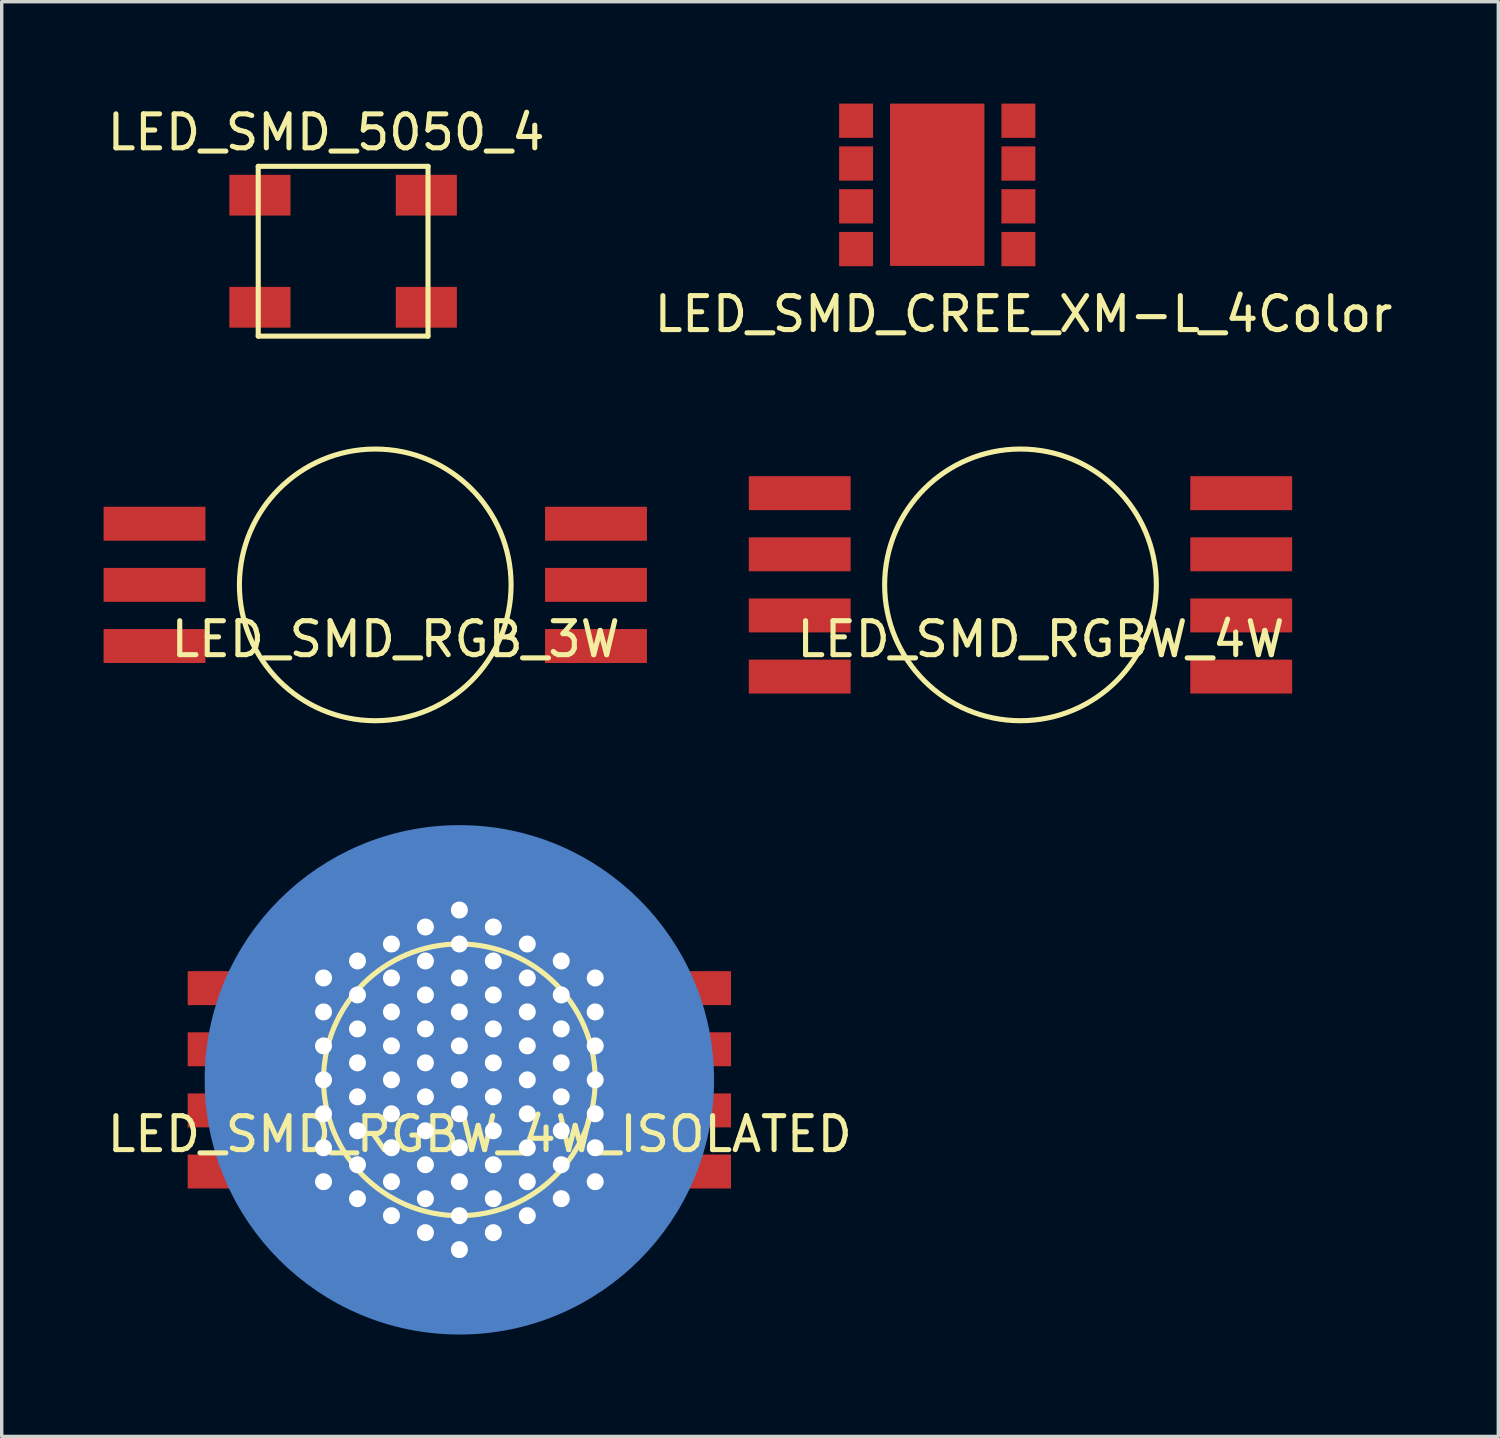
<source format=kicad_pcb>
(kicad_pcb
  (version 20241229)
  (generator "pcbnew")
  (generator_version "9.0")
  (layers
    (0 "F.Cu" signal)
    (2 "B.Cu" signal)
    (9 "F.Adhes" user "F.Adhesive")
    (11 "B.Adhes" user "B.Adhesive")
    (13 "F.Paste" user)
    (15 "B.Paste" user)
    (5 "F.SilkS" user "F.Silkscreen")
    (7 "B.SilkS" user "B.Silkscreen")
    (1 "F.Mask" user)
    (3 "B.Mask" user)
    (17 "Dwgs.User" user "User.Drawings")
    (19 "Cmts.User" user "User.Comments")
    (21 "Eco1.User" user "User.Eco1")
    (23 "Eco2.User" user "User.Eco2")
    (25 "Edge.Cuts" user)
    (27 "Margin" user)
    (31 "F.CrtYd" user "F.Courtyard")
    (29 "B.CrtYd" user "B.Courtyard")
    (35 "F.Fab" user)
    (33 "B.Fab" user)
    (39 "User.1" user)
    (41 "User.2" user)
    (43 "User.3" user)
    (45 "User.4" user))
  (footprint "LED_SMD_RGBW_4W_ISOLATED"
    (layer "F.Cu")
    (at 10.477 28.748)
    (property "Reference" "LED_SMD_RGBW_4W_ISOLATED" (at 0.6 1.6 0) (layer "F.SilkS") (effects (font (size 1 1) (thickness 0.15))))
    (attr through_hole)
    (fp_circle (center 0 0) (end 4 0) (stroke (width 0.15) (type solid)) (fill no) (layer "F.SilkS"))
    (pad "" thru_hole circle (at -4 -3) (size 0.5 0.5) (drill 0.5) (layers "*.Cu"))
    (pad "" thru_hole circle (at -4 -2) (size 0.5 0.5) (drill 0.5) (layers "*.Cu"))
    (pad "" thru_hole circle (at -4 -1) (size 0.5 0.5) (drill 0.5) (layers "*.Cu"))
    (pad "" thru_hole circle (at -4 0) (size 0.5 0.5) (drill 0.5) (layers "*.Cu"))
    (pad "" thru_hole circle (at -4 1) (size 0.5 0.5) (drill 0.5) (layers "*.Cu"))
    (pad "" thru_hole circle (at -4 2) (size 0.5 0.5) (drill 0.5) (layers "*.Cu"))
    (pad "" thru_hole circle (at -4 3) (size 0.5 0.5) (drill 0.5) (layers "*.Cu"))
    (pad "" thru_hole circle (at -3 -3.5) (size 0.5 0.5) (drill 0.5) (layers "*.Cu"))
    (pad "" thru_hole circle (at -3 -2.5) (size 0.5 0.5) (drill 0.5) (layers "*.Cu"))
    (pad "" thru_hole circle (at -3 -1.5) (size 0.5 0.5) (drill 0.5) (layers "*.Cu"))
    (pad "" thru_hole circle (at -3 -0.5) (size 0.5 0.5) (drill 0.5) (layers "*.Cu"))
    (pad "" thru_hole circle (at -3 0.5) (size 0.5 0.5) (drill 0.5) (layers "*.Cu"))
    (pad "" thru_hole circle (at -3 1.5) (size 0.5 0.5) (drill 0.5) (layers "*.Cu"))
    (pad "" thru_hole circle (at -3 2.5) (size 0.5 0.5) (drill 0.5) (layers "*.Cu"))
    (pad "" thru_hole circle (at -3 3.5) (size 0.5 0.5) (drill 0.5) (layers "*.Cu"))
    (pad "" thru_hole circle (at -2 -4) (size 0.5 0.5) (drill 0.5) (layers "*.Cu"))
    (pad "" thru_hole circle (at -2 -3) (size 0.5 0.5) (drill 0.5) (layers "*.Cu"))
    (pad "" thru_hole circle (at -2 -2) (size 0.5 0.5) (drill 0.5) (layers "*.Cu"))
    (pad "" thru_hole circle (at -2 -1) (size 0.5 0.5) (drill 0.5) (layers "*.Cu"))
    (pad "" thru_hole circle (at -2 0) (size 0.5 0.5) (drill 0.5) (layers "*.Cu"))
    (pad "" thru_hole circle (at -2 1) (size 0.5 0.5) (drill 0.5) (layers "*.Cu"))
    (pad "" thru_hole circle (at -2 2) (size 0.5 0.5) (drill 0.5) (layers "*.Cu"))
    (pad "" thru_hole circle (at -2 3) (size 0.5 0.5) (drill 0.5) (layers "*.Cu"))
    (pad "" thru_hole circle (at -2 4) (size 0.5 0.5) (drill 0.5) (layers "*.Cu"))
    (pad "" thru_hole circle (at -1 -4.5) (size 0.5 0.5) (drill 0.5) (layers "*.Cu"))
    (pad "" thru_hole circle (at -1 -3.5) (size 0.5 0.5) (drill 0.5) (layers "*.Cu"))
    (pad "" thru_hole circle (at -1 -2.5) (size 0.5 0.5) (drill 0.5) (layers "*.Cu"))
    (pad "" thru_hole circle (at -1 -1.5) (size 0.5 0.5) (drill 0.5) (layers "*.Cu"))
    (pad "" thru_hole circle (at -1 -0.5) (size 0.5 0.5) (drill 0.5) (layers "*.Cu"))
    (pad "" thru_hole circle (at -1 0.5) (size 0.5 0.5) (drill 0.5) (layers "*.Cu"))
    (pad "" thru_hole circle (at -1 1.5) (size 0.5 0.5) (drill 0.5) (layers "*.Cu"))
    (pad "" thru_hole circle (at -1 2.5) (size 0.5 0.5) (drill 0.5) (layers "*.Cu"))
    (pad "" thru_hole circle (at -1 3.5) (size 0.5 0.5) (drill 0.5) (layers "*.Cu"))
    (pad "" thru_hole circle (at -1 4.5) (size 0.5 0.5) (drill 0.5) (layers "*.Cu"))
    (pad "" thru_hole circle (at 0 -5) (size 0.5 0.5) (drill 0.5) (layers "*.Cu"))
    (pad "" smd trapezoid (at 0 -4.625) (size 4.51 2.25) (rect_delta 0 4.49) (layers "F.Cu" "F.Mask"))
    (pad "" thru_hole circle (at 0 -4) (size 0.5 0.5) (drill 0.5) (layers "*.Cu"))
    (pad "" thru_hole circle (at 0 -3) (size 0.5 0.5) (drill 0.5) (layers "*.Cu"))
    (pad "" thru_hole circle (at 0 -2) (size 0.5 0.5) (drill 0.5) (layers "*.Cu"))
    (pad "" thru_hole circle (at 0 -1) (size 0.5 0.5) (drill 0.5) (layers "*.Cu"))
    (pad "" thru_hole circle (at 0 0) (size 0.5 0.5) (drill 0.5) (layers "*.Cu"))
    (pad "" smd trapezoid (at 0 0) (size 9 7) (layers "F.Cu" "F.Mask"))
    (pad "" smd circle (at 0 0) (size 15 15) (layers "B.Cu" "B.Mask"))
    (pad "" thru_hole circle (at 0 1) (size 0.5 0.5) (drill 0.5) (layers "*.Cu"))
    (pad "" thru_hole circle (at 0 2) (size 0.5 0.5) (drill 0.5) (layers "*.Cu"))
    (pad "" thru_hole circle (at 0 3) (size 0.5 0.5) (drill 0.5) (layers "*.Cu"))
    (pad "" thru_hole circle (at 0 4) (size 0.5 0.5) (drill 0.5) (layers "*.Cu"))
    (pad "" smd trapezoid (at 0 4.625 180) (size 4.51 2.25) (rect_delta 0 4.49) (layers "F.Cu" "F.Mask"))
    (pad "" thru_hole circle (at 0 5) (size 0.5 0.5) (drill 0.5) (layers "*.Cu"))
    (pad "" thru_hole circle (at 1 -4.5) (size 0.5 0.5) (drill 0.5) (layers "*.Cu"))
    (pad "" thru_hole circle (at 1 -3.5) (size 0.5 0.5) (drill 0.5) (layers "*.Cu"))
    (pad "" thru_hole circle (at 1 -2.5) (size 0.5 0.5) (drill 0.5) (layers "*.Cu"))
    (pad "" thru_hole circle (at 1 -1.5) (size 0.5 0.5) (drill 0.5) (layers "*.Cu"))
    (pad "" thru_hole circle (at 1 -0.5) (size 0.5 0.5) (drill 0.5) (layers "*.Cu"))
    (pad "" thru_hole circle (at 1 0.5) (size 0.5 0.5) (drill 0.5) (layers "*.Cu"))
    (pad "" thru_hole circle (at 1 1.5) (size 0.5 0.5) (drill 0.5) (layers "*.Cu"))
    (pad "" thru_hole circle (at 1 2.5) (size 0.5 0.5) (drill 0.5) (layers "*.Cu"))
    (pad "" thru_hole circle (at 1 3.5) (size 0.5 0.5) (drill 0.5) (layers "*.Cu"))
    (pad "" thru_hole circle (at 1 4.5) (size 0.5 0.5) (drill 0.5) (layers "*.Cu"))
    (pad "" thru_hole circle (at 2 -4) (size 0.5 0.5) (drill 0.5) (layers "*.Cu"))
    (pad "" thru_hole circle (at 2 -3) (size 0.5 0.5) (drill 0.5) (layers "*.Cu"))
    (pad "" thru_hole circle (at 2 -2) (size 0.5 0.5) (drill 0.5) (layers "*.Cu"))
    (pad "" thru_hole circle (at 2 -1) (size 0.5 0.5) (drill 0.5) (layers "*.Cu"))
    (pad "" thru_hole circle (at 2 0) (size 0.5 0.5) (drill 0.5) (layers "*.Cu"))
    (pad "" thru_hole circle (at 2 1) (size 0.5 0.5) (drill 0.5) (layers "*.Cu"))
    (pad "" thru_hole circle (at 2 2) (size 0.5 0.5) (drill 0.5) (layers "*.Cu"))
    (pad "" thru_hole circle (at 2 3) (size 0.5 0.5) (drill 0.5) (layers "*.Cu"))
    (pad "" thru_hole circle (at 2 4) (size 0.5 0.5) (drill 0.5) (layers "*.Cu"))
    (pad "" thru_hole circle (at 3 -3.5) (size 0.5 0.5) (drill 0.5) (layers "*.Cu"))
    (pad "" thru_hole circle (at 3 -2.5) (size 0.5 0.5) (drill 0.5) (layers "*.Cu"))
    (pad "" thru_hole circle (at 3 -1.5) (size 0.5 0.5) (drill 0.5) (layers "*.Cu"))
    (pad "" thru_hole circle (at 3 -0.5) (size 0.5 0.5) (drill 0.5) (layers "*.Cu"))
    (pad "" thru_hole circle (at 3 0.5) (size 0.5 0.5) (drill 0.5) (layers "*.Cu"))
    (pad "" thru_hole circle (at 3 1.5) (size 0.5 0.5) (drill 0.5) (layers "*.Cu"))
    (pad "" thru_hole circle (at 3 2.5) (size 0.5 0.5) (drill 0.5) (layers "*.Cu"))
    (pad "" thru_hole circle (at 3 3.5) (size 0.5 0.5) (drill 0.5) (layers "*.Cu"))
    (pad "" thru_hole circle (at 4 -3) (size 0.5 0.5) (drill 0.5) (layers "*.Cu"))
    (pad "" thru_hole circle (at 4 -2) (size 0.5 0.5) (drill 0.5) (layers "*.Cu"))
    (pad "" thru_hole circle (at 4 -1) (size 0.5 0.5) (drill 0.5) (layers "*.Cu"))
    (pad "" thru_hole circle (at 4 0) (size 0.5 0.5) (drill 0.5) (layers "*.Cu"))
    (pad "" thru_hole circle (at 4 1) (size 0.5 0.5) (drill 0.5) (layers "*.Cu"))
    (pad "" thru_hole circle (at 4 2) (size 0.5 0.5) (drill 0.5) (layers "*.Cu"))
    (pad "" thru_hole circle (at 4 3) (size 0.5 0.5) (drill 0.5) (layers "*.Cu"))
    (pad "1" smd rect (at 6.5 -2.7) (size 3 1) (layers "F.Cu" "F.Mask" "F.Paste"))
    (pad "2" smd rect (at 6.5 -0.9) (size 3 1) (layers "F.Cu" "F.Mask" "F.Paste"))
    (pad "3" smd rect (at 6.5 0.9) (size 3 1) (layers "F.Cu" "F.Mask" "F.Paste"))
    (pad "4" smd rect (at 6.5 2.7) (size 3 1) (layers "F.Cu" "F.Mask" "F.Paste"))
    (pad "5" smd rect (at -6.5 2.7) (size 3 1) (layers "F.Cu" "F.Mask" "F.Paste"))
    (pad "6" smd rect (at -6.5 0.9) (size 3 1) (layers "F.Cu" "F.Mask" "F.Paste"))
    (pad "7" smd rect (at -6.5 -0.9) (size 3 1) (layers "F.Cu" "F.Mask" "F.Paste"))
    (pad "8" smd rect (at -6.5 -2.7) (size 3 1) (layers "F.Cu" "F.Mask" "F.Paste")))
  (footprint "LED_SMD_RGB_3W"
    (layer "F.Cu")
    (at 8 14.173)
    (property "Reference" "LED_SMD_RGB_3W" (at 0.6 1.6 0) (layer "F.SilkS") (effects (font (size 1 1) (thickness 0.15))))
    (attr through_hole)
    (fp_circle (center 0 0) (end 4 0) (stroke (width 0.15) (type solid)) (fill no) (layer "F.SilkS"))
    (pad "" smd circle (at 0 0) (size 7.5 7.5) (layers "F.Mask"))
    (pad "1" smd rect (at 6.5 -1.8) (size 3 1) (layers "F.Cu" "F.Mask" "F.Paste"))
    (pad "2" smd rect (at 6.5 0) (size 3 1) (layers "F.Cu" "F.Mask" "F.Paste"))
    (pad "3" smd rect (at 6.5 1.8) (size 3 1) (layers "F.Cu" "F.Mask" "F.Paste"))
    (pad "4" smd rect (at -6.5 1.8) (size 3 1) (layers "F.Cu" "F.Mask" "F.Paste"))
    (pad "5" smd rect (at -6.5 0) (size 3 1) (layers "F.Cu" "F.Mask" "F.Paste"))
    (pad "6" smd rect (at -6.5 -1.8) (size 3 1) (layers "F.Cu" "F.Mask" "F.Paste")))
  (footprint "LED_SMD_RGBW_4W"
    (layer "F.Cu")
    (at 27 14.173)
    (property "Reference" "LED_SMD_RGBW_4W" (at 0.6 1.6 0) (layer "F.SilkS") (effects (font (size 1 1) (thickness 0.15))))
    (attr through_hole)
    (fp_circle (center 0 0) (end 4 0) (stroke (width 0.15) (type solid)) (fill no) (layer "F.SilkS"))
    (pad "" smd circle (at 0 0) (size 7.5 7.5) (layers "F.Mask"))
    (pad "1" smd rect (at 6.5 -2.7) (size 3 1) (layers "F.Cu" "F.Mask" "F.Paste"))
    (pad "2" smd rect (at 6.5 -0.9) (size 3 1) (layers "F.Cu" "F.Mask" "F.Paste"))
    (pad "3" smd rect (at 6.5 0.9) (size 3 1) (layers "F.Cu" "F.Mask" "F.Paste"))
    (pad "4" smd rect (at 6.5 2.7) (size 3 1) (layers "F.Cu" "F.Mask" "F.Paste"))
    (pad "5" smd rect (at -6.5 2.7) (size 3 1) (layers "F.Cu" "F.Mask" "F.Paste"))
    (pad "6" smd rect (at -6.5 0.9) (size 3 1) (layers "F.Cu" "F.Mask" "F.Paste"))
    (pad "7" smd rect (at -6.5 -0.9) (size 3 1) (layers "F.Cu" "F.Mask" "F.Paste"))
    (pad "8" smd rect (at -6.5 -2.7) (size 3 1) (layers "F.Cu" "F.Mask" "F.Paste")))
  (footprint "LED_SMD_CREE_XM-L_4Color"
    (layer "F.Cu")
    (at 24.549 2.39)
    (property "Reference" "LED_SMD_CREE_XM-L_4Color" (at 2.54 3.81 0) (layer "F.SilkS") (effects (font (size 1 1) (thickness 0.15))))
    (attr through_hole)
    (pad "1" smd rect (at 2.39 -1.885) (size 1 1.01) (layers "F.Cu" "F.Mask" "F.Paste"))
    (pad "2" smd rect (at 2.39 -0.625) (size 1 1.01) (layers "F.Cu" "F.Mask" "F.Paste"))
    (pad "3" smd rect (at 2.39 0.635) (size 1 1.01) (layers "F.Cu" "F.Mask" "F.Paste"))
    (pad "4" smd rect (at 2.39 1.895) (size 1 1.01) (layers "F.Cu" "F.Mask" "F.Paste"))
    (pad "5" smd rect (at -2.39 1.895) (size 1 1.01) (layers "F.Cu" "F.Mask" "F.Paste"))
    (pad "6" smd rect (at -2.39 0.635) (size 1 1.01) (layers "F.Cu" "F.Mask" "F.Paste"))
    (pad "7" smd rect (at -2.39 -0.625) (size 1 1.01) (layers "F.Cu" "F.Mask" "F.Paste"))
    (pad "8" smd rect (at -2.39 -1.885) (size 1 1.01) (layers "F.Cu" "F.Mask" "F.Paste"))
    (pad "G" smd rect (at 0 0) (size 2.78 4.78) (layers "F.Cu" "F.Mask" "F.Paste")))
  (footprint "LED_SMD_5050_4"
    (layer "F.Cu")
    (at 4.554 6.848)
    (property "Reference" "LED_SMD_5050_4" (at 2 -6 0) (layer "F.SilkS") (effects (font (size 1 1) (thickness 0.15))))
    (attr through_hole)
    (fp_line (start 0 -5) (end 5 -5) (stroke (width 0.15) (type solid)) (layer "F.SilkS"))
    (fp_line (start 0 0) (end 0 -5) (stroke (width 0.15) (type solid)) (layer "F.SilkS"))
    (fp_line (start 5 -5) (end 5 0) (stroke (width 0.15) (type solid)) (layer "F.SilkS"))
    (fp_line (start 5 0) (end 0 0) (stroke (width 0.15) (type solid)) (layer "F.SilkS"))
    (pad "1" smd rect (at 0.05 -4.15) (size 1.8 1.2) (layers "F.Cu" "F.Mask" "F.Paste"))
    (pad "2" smd rect (at 0.05 -0.85) (size 1.8 1.2) (layers "F.Cu" "F.Mask" "F.Paste"))
    (pad "3" smd rect (at 4.95 -0.85) (size 1.8 1.2) (layers "F.Cu" "F.Mask" "F.Paste"))
    (pad "4" smd rect (at 4.95 -4.15) (size 1.8 1.2) (layers "F.Cu" "F.Mask" "F.Paste")))
  (gr_rect
    (start -3 -3)
    (end 41.071 39.248)
    (stroke (width 0.1) (type default))
    (fill no)
    (layer "Edge.Cuts")))
</source>
